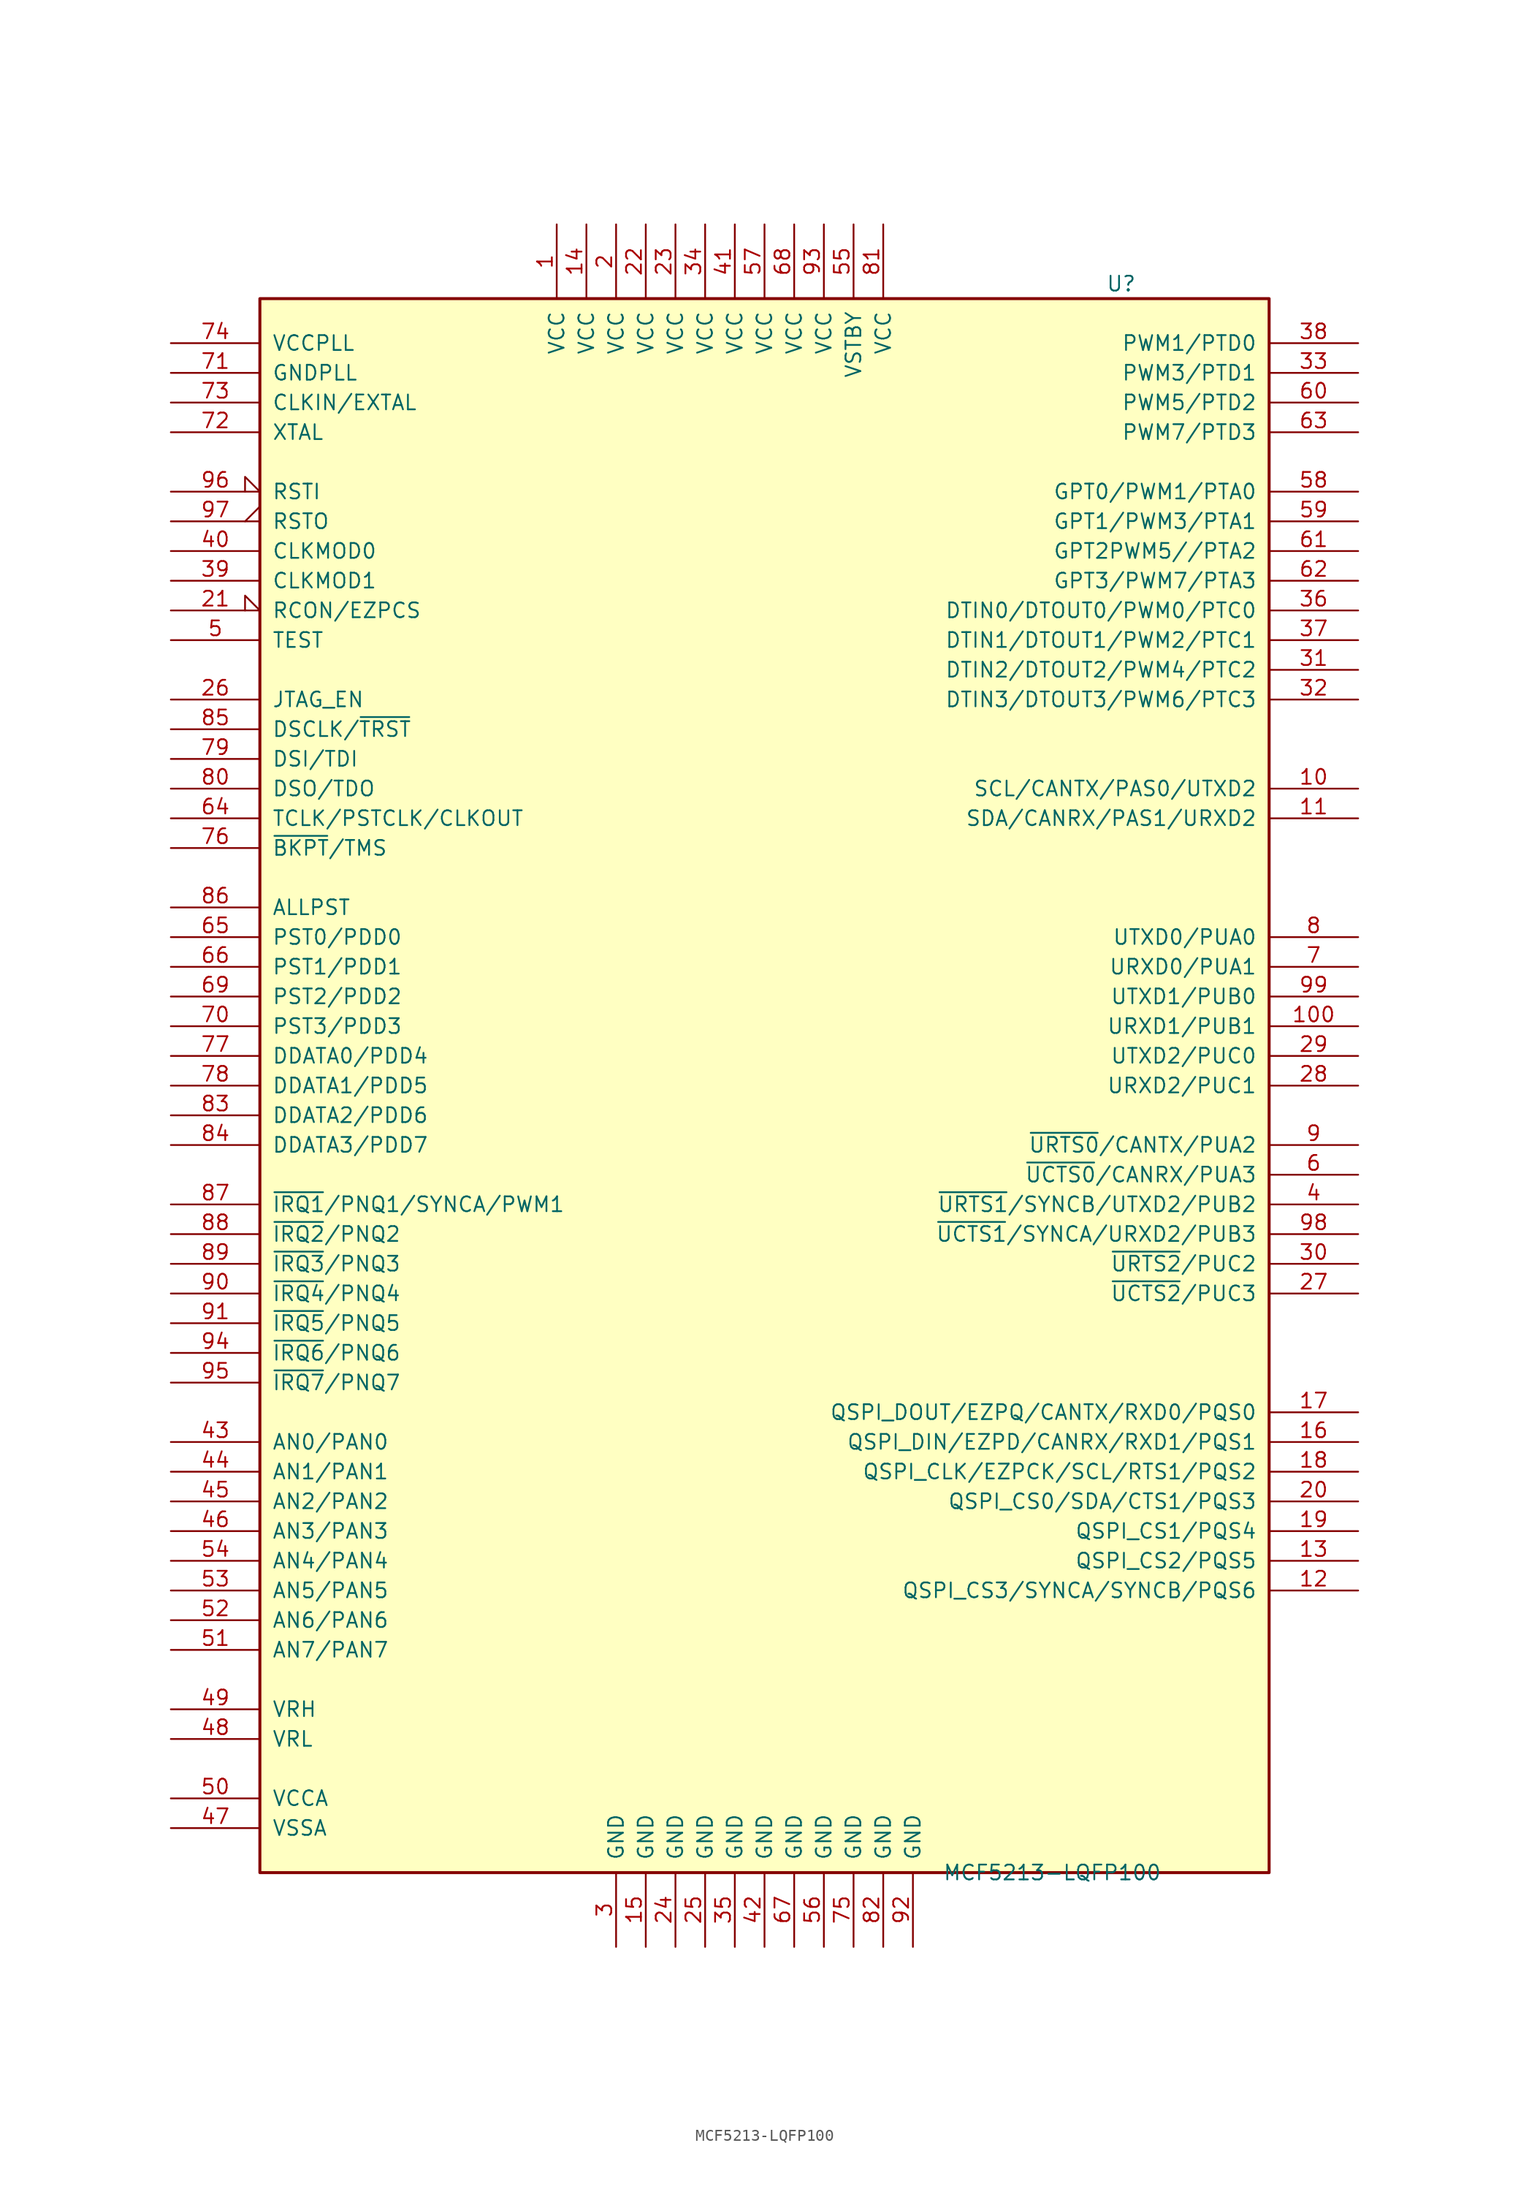
<source format=kicad_sym>
(kicad_symbol_lib
  (version 20211014)
  (generator kicad_symbol_editor)
  (symbol "MCF5213-LQFP100"
    (pin_names
      (offset 1.016))
    (property "Reference" "U"
      (at 29.21 68.58 0)
      (effects (font (size 1.27 1.27)) (justify left)))
    (property "Value" "MCF5213-LQFP100"
      (at 15.24 -67.31 0)
      (effects (font (size 1.27 1.27)) (justify left)))
    (symbol "MCF5213-LQFP100_0_1"
      (rectangle (start -43.18 67.31) (end 43.18 -67.31) (stroke (width 0.254) (type default) (color 0 0 0 0)) (fill (type background))))
    (symbol "MCF5213-LQFP100_1_1"
      (pin power_in line (at -17.78 73.66 270) (length 6.35) (name "VCC" (effects (font (size 1.27 1.27)))) (number "1" (effects (font (size 1.27 1.27)))))
      (pin bidirectional line (at 50.8 25.4 180) (length 7.62) (name "SCL/CANTX/PAS0/UTXD2" (effects (font (size 1.27 1.27)))) (number "10" (effects (font (size 1.27 1.27)))))
      (pin bidirectional line (at 50.8 5.08 180) (length 7.62) (name "URXD1/PUB1" (effects (font (size 1.27 1.27)))) (number "100" (effects (font (size 1.27 1.27)))))
      (pin bidirectional line (at 50.8 22.86 180) (length 7.62) (name "SDA/CANRX/PAS1/URXD2" (effects (font (size 1.27 1.27)))) (number "11" (effects (font (size 1.27 1.27)))))
      (pin bidirectional line (at 50.8 -43.18 180) (length 7.62) (name "QSPI_CS3/SYNCA/SYNCB/PQS6" (effects (font (size 1.27 1.27)))) (number "12" (effects (font (size 1.27 1.27)))))
      (pin bidirectional line (at 50.8 -40.64 180) (length 7.62) (name "QSPI_CS2/PQS5" (effects (font (size 1.27 1.27)))) (number "13" (effects (font (size 1.27 1.27)))))
      (pin power_in line (at -15.24 73.66 270) (length 6.35) (name "VCC" (effects (font (size 1.27 1.27)))) (number "14" (effects (font (size 1.27 1.27)))))
      (pin power_in line (at -10.16 -73.66 90) (length 6.35) (name "GND" (effects (font (size 1.27 1.27)))) (number "15" (effects (font (size 1.27 1.27)))))
      (pin bidirectional line (at 50.8 -30.48 180) (length 7.62) (name "QSPI_DIN/EZPD/CANRX/RXD1/PQS1" (effects (font (size 1.27 1.27)))) (number "16" (effects (font (size 1.27 1.27)))))
      (pin bidirectional line (at 50.8 -27.94 180) (length 7.62) (name "QSPI_DOUT/EZPQ/CANTX/RXD0/PQS0" (effects (font (size 1.27 1.27)))) (number "17" (effects (font (size 1.27 1.27)))))
      (pin bidirectional line (at 50.8 -33.02 180) (length 7.62) (name "QSPI_CLK/EZPCK/SCL/RTS1/PQS2" (effects (font (size 1.27 1.27)))) (number "18" (effects (font (size 1.27 1.27)))))
      (pin bidirectional line (at 50.8 -38.1 180) (length 7.62) (name "QSPI_CS1/PQS4" (effects (font (size 1.27 1.27)))) (number "19" (effects (font (size 1.27 1.27)))))
      (pin power_in line (at -12.7 73.66 270) (length 6.35) (name "VCC" (effects (font (size 1.27 1.27)))) (number "2" (effects (font (size 1.27 1.27)))))
      (pin bidirectional line (at 50.8 -35.56 180) (length 7.62) (name "QSPI_CS0/SDA/CTS1/PQS3" (effects (font (size 1.27 1.27)))) (number "20" (effects (font (size 1.27 1.27)))))
      (pin input input_low (at -50.8 40.64 0) (length 7.62) (name "RCON/EZPCS" (effects (font (size 1.27 1.27)))) (number "21" (effects (font (size 1.27 1.27)))))
      (pin power_in line (at -10.16 73.66 270) (length 6.35) (name "VCC" (effects (font (size 1.27 1.27)))) (number "22" (effects (font (size 1.27 1.27)))))
      (pin power_in line (at -7.62 73.66 270) (length 6.35) (name "VCC" (effects (font (size 1.27 1.27)))) (number "23" (effects (font (size 1.27 1.27)))))
      (pin power_in line (at -7.62 -73.66 90) (length 6.35) (name "GND" (effects (font (size 1.27 1.27)))) (number "24" (effects (font (size 1.27 1.27)))))
      (pin power_in line (at -5.08 -73.66 90) (length 6.35) (name "GND" (effects (font (size 1.27 1.27)))) (number "25" (effects (font (size 1.27 1.27)))))
      (pin input line (at -50.8 33.02 0) (length 7.62) (name "JTAG_EN" (effects (font (size 1.27 1.27)))) (number "26" (effects (font (size 1.27 1.27)))))
      (pin bidirectional line (at 50.8 -17.78 180) (length 7.62) (name "~{UCTS2}/PUC3" (effects (font (size 1.27 1.27)))) (number "27" (effects (font (size 1.27 1.27)))))
      (pin bidirectional line (at 50.8 0 180) (length 7.62) (name "URXD2/PUC1" (effects (font (size 1.27 1.27)))) (number "28" (effects (font (size 1.27 1.27)))))
      (pin bidirectional line (at 50.8 2.54 180) (length 7.62) (name "UTXD2/PUC0" (effects (font (size 1.27 1.27)))) (number "29" (effects (font (size 1.27 1.27)))))
      (pin power_in line (at -12.7 -73.66 90) (length 6.35) (name "GND" (effects (font (size 1.27 1.27)))) (number "3" (effects (font (size 1.27 1.27)))))
      (pin bidirectional line (at 50.8 -15.24 180) (length 7.62) (name "~{URTS2}/PUC2" (effects (font (size 1.27 1.27)))) (number "30" (effects (font (size 1.27 1.27)))))
      (pin bidirectional line (at 50.8 35.56 180) (length 7.62) (name "DTIN2/DTOUT2/PWM4/PTC2" (effects (font (size 1.27 1.27)))) (number "31" (effects (font (size 1.27 1.27)))))
      (pin bidirectional line (at 50.8 33.02 180) (length 7.62) (name "DTIN3/DTOUT3/PWM6/PTC3" (effects (font (size 1.27 1.27)))) (number "32" (effects (font (size 1.27 1.27)))))
      (pin bidirectional line (at 50.8 60.96 180) (length 7.62) (name "PWM3/PTD1" (effects (font (size 1.27 1.27)))) (number "33" (effects (font (size 1.27 1.27)))))
      (pin power_in line (at -5.08 73.66 270) (length 6.35) (name "VCC" (effects (font (size 1.27 1.27)))) (number "34" (effects (font (size 1.27 1.27)))))
      (pin power_in line (at -2.54 -73.66 90) (length 6.35) (name "GND" (effects (font (size 1.27 1.27)))) (number "35" (effects (font (size 1.27 1.27)))))
      (pin bidirectional line (at 50.8 40.64 180) (length 7.62) (name "DTIN0/DTOUT0/PWM0/PTC0" (effects (font (size 1.27 1.27)))) (number "36" (effects (font (size 1.27 1.27)))))
      (pin bidirectional line (at 50.8 38.1 180) (length 7.62) (name "DTIN1/DTOUT1/PWM2/PTC1" (effects (font (size 1.27 1.27)))) (number "37" (effects (font (size 1.27 1.27)))))
      (pin bidirectional line (at 50.8 63.5 180) (length 7.62) (name "PWM1/PTD0" (effects (font (size 1.27 1.27)))) (number "38" (effects (font (size 1.27 1.27)))))
      (pin input line (at -50.8 43.18 0) (length 7.62) (name "CLKMOD1" (effects (font (size 1.27 1.27)))) (number "39" (effects (font (size 1.27 1.27)))))
      (pin bidirectional line (at 50.8 -10.16 180) (length 7.62) (name "~{URTS1}/SYNCB/UTXD2/PUB2" (effects (font (size 1.27 1.27)))) (number "4" (effects (font (size 1.27 1.27)))))
      (pin input line (at -50.8 45.72 0) (length 7.62) (name "CLKMOD0" (effects (font (size 1.27 1.27)))) (number "40" (effects (font (size 1.27 1.27)))))
      (pin power_in line (at -2.54 73.66 270) (length 6.35) (name "VCC" (effects (font (size 1.27 1.27)))) (number "41" (effects (font (size 1.27 1.27)))))
      (pin power_in line (at 0 -73.66 90) (length 6.35) (name "GND" (effects (font (size 1.27 1.27)))) (number "42" (effects (font (size 1.27 1.27)))))
      (pin bidirectional line (at -50.8 -30.48 0) (length 7.62) (name "AN0/PAN0" (effects (font (size 1.27 1.27)))) (number "43" (effects (font (size 1.27 1.27)))))
      (pin bidirectional line (at -50.8 -33.02 0) (length 7.62) (name "AN1/PAN1" (effects (font (size 1.27 1.27)))) (number "44" (effects (font (size 1.27 1.27)))))
      (pin bidirectional line (at -50.8 -35.56 0) (length 7.62) (name "AN2/PAN2" (effects (font (size 1.27 1.27)))) (number "45" (effects (font (size 1.27 1.27)))))
      (pin bidirectional line (at -50.8 -38.1 0) (length 7.62) (name "AN3/PAN3" (effects (font (size 1.27 1.27)))) (number "46" (effects (font (size 1.27 1.27)))))
      (pin input line (at -50.8 -63.5 0) (length 7.62) (name "VSSA" (effects (font (size 1.27 1.27)))) (number "47" (effects (font (size 1.27 1.27)))))
      (pin input line (at -50.8 -55.88 0) (length 7.62) (name "VRL" (effects (font (size 1.27 1.27)))) (number "48" (effects (font (size 1.27 1.27)))))
      (pin input line (at -50.8 -53.34 0) (length 7.62) (name "VRH" (effects (font (size 1.27 1.27)))) (number "49" (effects (font (size 1.27 1.27)))))
      (pin input line (at -50.8 38.1 0) (length 7.62) (name "TEST" (effects (font (size 1.27 1.27)))) (number "5" (effects (font (size 1.27 1.27)))))
      (pin input line (at -50.8 -60.96 0) (length 7.62) (name "VCCA" (effects (font (size 1.27 1.27)))) (number "50" (effects (font (size 1.27 1.27)))))
      (pin bidirectional line (at -50.8 -48.26 0) (length 7.62) (name "AN7/PAN7" (effects (font (size 1.27 1.27)))) (number "51" (effects (font (size 1.27 1.27)))))
      (pin bidirectional line (at -50.8 -45.72 0) (length 7.62) (name "AN6/PAN6" (effects (font (size 1.27 1.27)))) (number "52" (effects (font (size 1.27 1.27)))))
      (pin bidirectional line (at -50.8 -43.18 0) (length 7.62) (name "AN5/PAN5" (effects (font (size 1.27 1.27)))) (number "53" (effects (font (size 1.27 1.27)))))
      (pin bidirectional line (at -50.8 -40.64 0) (length 7.62) (name "AN4/PAN4" (effects (font (size 1.27 1.27)))) (number "54" (effects (font (size 1.27 1.27)))))
      (pin power_in line (at 7.62 73.66 270) (length 6.35) (name "VSTBY" (effects (font (size 1.27 1.27)))) (number "55" (effects (font (size 1.27 1.27)))))
      (pin power_in line (at 5.08 -73.66 90) (length 6.35) (name "GND" (effects (font (size 1.27 1.27)))) (number "56" (effects (font (size 1.27 1.27)))))
      (pin power_in line (at 0 73.66 270) (length 6.35) (name "VCC" (effects (font (size 1.27 1.27)))) (number "57" (effects (font (size 1.27 1.27)))))
      (pin bidirectional line (at 50.8 50.8 180) (length 7.62) (name "GPT0/PWM1/PTA0" (effects (font (size 1.27 1.27)))) (number "58" (effects (font (size 1.27 1.27)))))
      (pin bidirectional line (at 50.8 48.26 180) (length 7.62) (name "GPT1/PWM3/PTA1" (effects (font (size 1.27 1.27)))) (number "59" (effects (font (size 1.27 1.27)))))
      (pin bidirectional line (at 50.8 -7.62 180) (length 7.62) (name "~{UCTS0}/CANRX/PUA3" (effects (font (size 1.27 1.27)))) (number "6" (effects (font (size 1.27 1.27)))))
      (pin bidirectional line (at 50.8 58.42 180) (length 7.62) (name "PWM5/PTD2" (effects (font (size 1.27 1.27)))) (number "60" (effects (font (size 1.27 1.27)))))
      (pin bidirectional line (at 50.8 45.72 180) (length 7.62) (name "GPT2PWM5//PTA2" (effects (font (size 1.27 1.27)))) (number "61" (effects (font (size 1.27 1.27)))))
      (pin bidirectional line (at 50.8 43.18 180) (length 7.62) (name "GPT3/PWM7/PTA3" (effects (font (size 1.27 1.27)))) (number "62" (effects (font (size 1.27 1.27)))))
      (pin bidirectional line (at 50.8 55.88 180) (length 7.62) (name "PWM7/PTD3" (effects (font (size 1.27 1.27)))) (number "63" (effects (font (size 1.27 1.27)))))
      (pin input line (at -50.8 22.86 0) (length 7.62) (name "TCLK/PSTCLK/CLKOUT" (effects (font (size 1.27 1.27)))) (number "64" (effects (font (size 1.27 1.27)))))
      (pin bidirectional line (at -50.8 12.7 0) (length 7.62) (name "PST0/PDD0" (effects (font (size 1.27 1.27)))) (number "65" (effects (font (size 1.27 1.27)))))
      (pin bidirectional line (at -50.8 10.16 0) (length 7.62) (name "PST1/PDD1" (effects (font (size 1.27 1.27)))) (number "66" (effects (font (size 1.27 1.27)))))
      (pin power_in line (at 2.54 -73.66 90) (length 6.35) (name "GND" (effects (font (size 1.27 1.27)))) (number "67" (effects (font (size 1.27 1.27)))))
      (pin power_in line (at 2.54 73.66 270) (length 6.35) (name "VCC" (effects (font (size 1.27 1.27)))) (number "68" (effects (font (size 1.27 1.27)))))
      (pin bidirectional line (at -50.8 7.62 0) (length 7.62) (name "PST2/PDD2" (effects (font (size 1.27 1.27)))) (number "69" (effects (font (size 1.27 1.27)))))
      (pin bidirectional line (at 50.8 10.16 180) (length 7.62) (name "URXD0/PUA1" (effects (font (size 1.27 1.27)))) (number "7" (effects (font (size 1.27 1.27)))))
      (pin bidirectional line (at -50.8 5.08 0) (length 7.62) (name "PST3/PDD3" (effects (font (size 1.27 1.27)))) (number "70" (effects (font (size 1.27 1.27)))))
      (pin passive line (at -50.8 60.96 0) (length 7.62) (name "GNDPLL" (effects (font (size 1.27 1.27)))) (number "71" (effects (font (size 1.27 1.27)))))
      (pin output line (at -50.8 55.88 0) (length 7.62) (name "XTAL" (effects (font (size 1.27 1.27)))) (number "72" (effects (font (size 1.27 1.27)))))
      (pin input line (at -50.8 58.42 0) (length 7.62) (name "CLKIN/EXTAL" (effects (font (size 1.27 1.27)))) (number "73" (effects (font (size 1.27 1.27)))))
      (pin passive line (at -50.8 63.5 0) (length 7.62) (name "VCCPLL" (effects (font (size 1.27 1.27)))) (number "74" (effects (font (size 1.27 1.27)))))
      (pin power_in line (at 7.62 -73.66 90) (length 6.35) (name "GND" (effects (font (size 1.27 1.27)))) (number "75" (effects (font (size 1.27 1.27)))))
      (pin input line (at -50.8 20.32 0) (length 7.62) (name "~{BKPT}/TMS" (effects (font (size 1.27 1.27)))) (number "76" (effects (font (size 1.27 1.27)))))
      (pin bidirectional line (at -50.8 2.54 0) (length 7.62) (name "DDATA0/PDD4" (effects (font (size 1.27 1.27)))) (number "77" (effects (font (size 1.27 1.27)))))
      (pin bidirectional line (at -50.8 0 0) (length 7.62) (name "DDATA1/PDD5" (effects (font (size 1.27 1.27)))) (number "78" (effects (font (size 1.27 1.27)))))
      (pin input line (at -50.8 27.94 0) (length 7.62) (name "DSI/TDI" (effects (font (size 1.27 1.27)))) (number "79" (effects (font (size 1.27 1.27)))))
      (pin bidirectional line (at 50.8 12.7 180) (length 7.62) (name "UTXD0/PUA0" (effects (font (size 1.27 1.27)))) (number "8" (effects (font (size 1.27 1.27)))))
      (pin output line (at -50.8 25.4 0) (length 7.62) (name "DSO/TDO" (effects (font (size 1.27 1.27)))) (number "80" (effects (font (size 1.27 1.27)))))
      (pin power_in line (at 10.16 73.66 270) (length 6.35) (name "VCC" (effects (font (size 1.27 1.27)))) (number "81" (effects (font (size 1.27 1.27)))))
      (pin power_in line (at 10.16 -73.66 90) (length 6.35) (name "GND" (effects (font (size 1.27 1.27)))) (number "82" (effects (font (size 1.27 1.27)))))
      (pin bidirectional line (at -50.8 -2.54 0) (length 7.62) (name "DDATA2/PDD6" (effects (font (size 1.27 1.27)))) (number "83" (effects (font (size 1.27 1.27)))))
      (pin bidirectional line (at -50.8 -5.08 0) (length 7.62) (name "DDATA3/PDD7" (effects (font (size 1.27 1.27)))) (number "84" (effects (font (size 1.27 1.27)))))
      (pin input line (at -50.8 30.48 0) (length 7.62) (name "DSCLK/~{TRST}" (effects (font (size 1.27 1.27)))) (number "85" (effects (font (size 1.27 1.27)))))
      (pin output line (at -50.8 15.24 0) (length 7.62) (name "ALLPST" (effects (font (size 1.27 1.27)))) (number "86" (effects (font (size 1.27 1.27)))))
      (pin bidirectional line (at -50.8 -10.16 0) (length 7.62) (name "~{IRQ1}/PNQ1/SYNCA/PWM1" (effects (font (size 1.27 1.27)))) (number "87" (effects (font (size 1.27 1.27)))))
      (pin bidirectional line (at -50.8 -12.7 0) (length 7.62) (name "~{IRQ2}/PNQ2" (effects (font (size 1.27 1.27)))) (number "88" (effects (font (size 1.27 1.27)))))
      (pin bidirectional line (at -50.8 -15.24 0) (length 7.62) (name "~{IRQ3}/PNQ3" (effects (font (size 1.27 1.27)))) (number "89" (effects (font (size 1.27 1.27)))))
      (pin bidirectional line (at 50.8 -5.08 180) (length 7.62) (name "~{URTS0}/CANTX/PUA2" (effects (font (size 1.27 1.27)))) (number "9" (effects (font (size 1.27 1.27)))))
      (pin bidirectional line (at -50.8 -17.78 0) (length 7.62) (name "~{IRQ4}/PNQ4" (effects (font (size 1.27 1.27)))) (number "90" (effects (font (size 1.27 1.27)))))
      (pin bidirectional line (at -50.8 -20.32 0) (length 7.62) (name "~{IRQ5}/PNQ5" (effects (font (size 1.27 1.27)))) (number "91" (effects (font (size 1.27 1.27)))))
      (pin power_in line (at 12.7 -73.66 90) (length 6.35) (name "GND" (effects (font (size 1.27 1.27)))) (number "92" (effects (font (size 1.27 1.27)))))
      (pin power_in line (at 5.08 73.66 270) (length 6.35) (name "VCC" (effects (font (size 1.27 1.27)))) (number "93" (effects (font (size 1.27 1.27)))))
      (pin bidirectional line (at -50.8 -22.86 0) (length 7.62) (name "~{IRQ6}/PNQ6" (effects (font (size 1.27 1.27)))) (number "94" (effects (font (size 1.27 1.27)))))
      (pin bidirectional line (at -50.8 -25.4 0) (length 7.62) (name "~{IRQ7}/PNQ7" (effects (font (size 1.27 1.27)))) (number "95" (effects (font (size 1.27 1.27)))))
      (pin input input_low (at -50.8 50.8 0) (length 7.62) (name "RSTI" (effects (font (size 1.27 1.27)))) (number "96" (effects (font (size 1.27 1.27)))))
      (pin output output_low (at -50.8 48.26 0) (length 7.62) (name "RSTO" (effects (font (size 1.27 1.27)))) (number "97" (effects (font (size 1.27 1.27)))))
      (pin bidirectional line (at 50.8 -12.7 180) (length 7.62) (name "~{UCTS1}/SYNCA/URXD2/PUB3" (effects (font (size 1.27 1.27)))) (number "98" (effects (font (size 1.27 1.27)))))
      (pin bidirectional line (at 50.8 7.62 180) (length 7.62) (name "UTXD1/PUB0" (effects (font (size 1.27 1.27)))) (number "99" (effects (font (size 1.27 1.27))))))))
</source>
